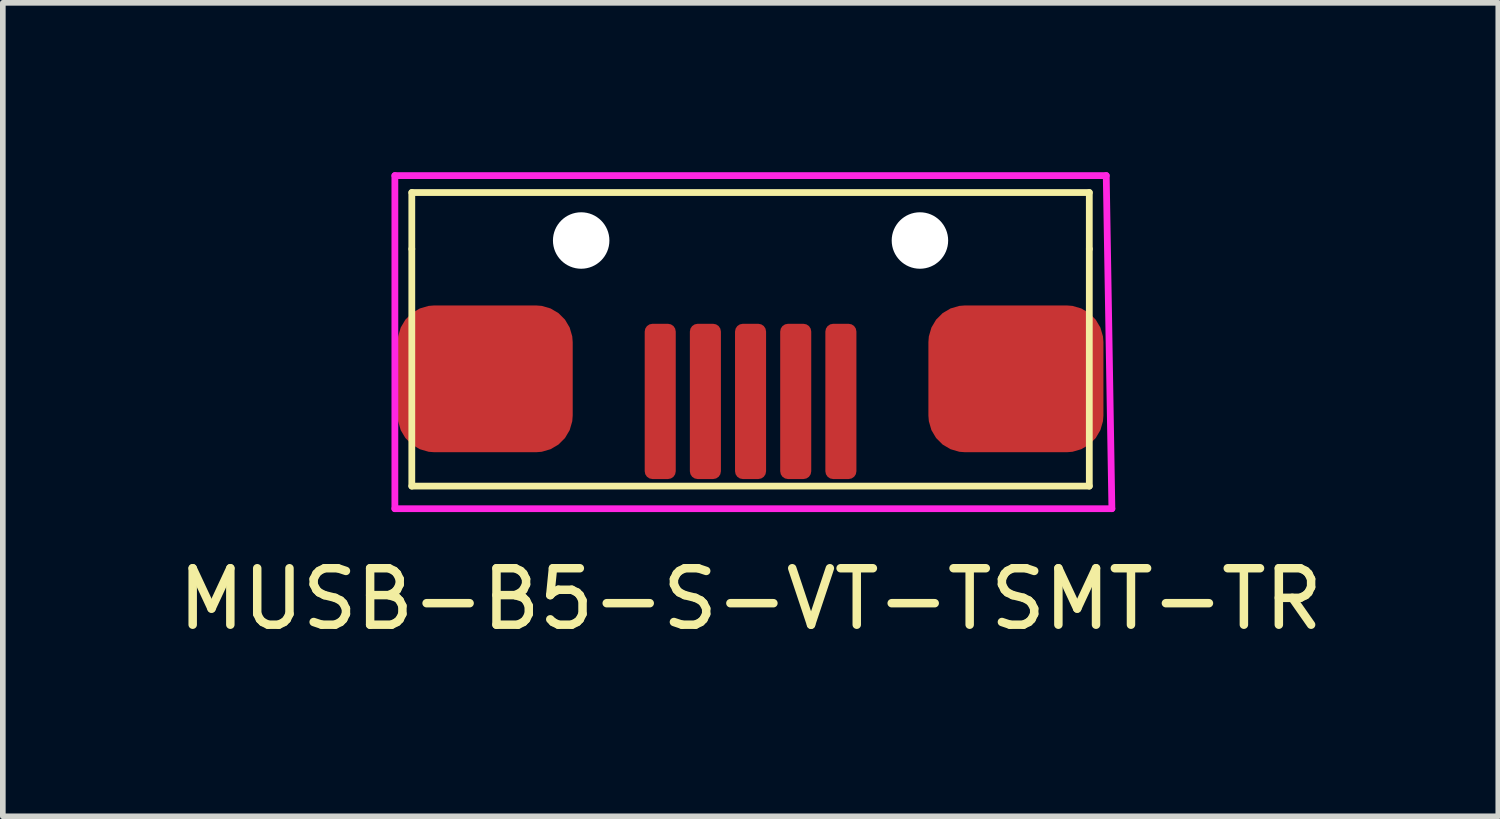
<source format=kicad_pcb>
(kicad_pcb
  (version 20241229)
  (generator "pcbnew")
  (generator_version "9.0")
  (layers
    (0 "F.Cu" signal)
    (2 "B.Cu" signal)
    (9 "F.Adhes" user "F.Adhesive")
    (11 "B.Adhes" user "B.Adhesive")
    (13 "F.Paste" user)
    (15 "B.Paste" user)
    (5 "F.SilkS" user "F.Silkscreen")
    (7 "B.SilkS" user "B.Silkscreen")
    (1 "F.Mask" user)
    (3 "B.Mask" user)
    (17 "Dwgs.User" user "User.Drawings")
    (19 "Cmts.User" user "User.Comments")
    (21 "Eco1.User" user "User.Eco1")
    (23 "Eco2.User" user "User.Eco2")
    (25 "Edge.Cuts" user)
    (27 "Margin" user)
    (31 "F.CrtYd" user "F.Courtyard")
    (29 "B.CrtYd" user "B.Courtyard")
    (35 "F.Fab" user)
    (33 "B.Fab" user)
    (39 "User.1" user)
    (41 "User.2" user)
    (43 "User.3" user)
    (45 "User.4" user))
  (footprint "MUSB-B5-S-VT-TSMT-TR"
    (layer "F.Cu")
    (at 10.244 4.06)
    (property "Reference" "MUSB-B5-S-VT-TSMT-TR" (at 0 3.5 180) (layer "F.SilkS") (effects (font (size 1 1) (thickness 0.15))))
    (attr through_hole)
    (fp_line (start -6 -3.7) (end -6 -2.7) (stroke (width 0.12) (type solid)) (layer "F.SilkS"))
    (fp_line (start -6 -2.7) (end -6 1.5) (stroke (width 0.12) (type solid)) (layer "F.SilkS"))
    (fp_line (start -6 1.5) (end 6 1.5) (stroke (width 0.12) (type solid)) (layer "F.SilkS"))
    (fp_line (start 6 -3.7) (end -6 -3.7) (stroke (width 0.12) (type solid)) (layer "F.SilkS"))
    (fp_line (start 6 -2.7) (end 6 -3.7) (stroke (width 0.12) (type solid)) (layer "F.SilkS"))
    (fp_line (start 6 1.5) (end 6 -2.7) (stroke (width 0.12) (type solid)) (layer "F.SilkS"))
    (fp_line (start -6.3 -4) (end 6.3 -4) (stroke (width 0.12) (type solid)) (layer "F.CrtYd"))
    (fp_line (start -6.3 1.9) (end -6.3 -4) (stroke (width 0.12) (type solid)) (layer "F.CrtYd"))
    (fp_line (start 6.3 -4) (end 6.4 1.9) (stroke (width 0.12) (type solid)) (layer "F.CrtYd"))
    (fp_line (start 6.4 1.9) (end -6.3 1.9) (stroke (width 0.12) (type solid)) (layer "F.CrtYd"))
    (pad "" np_thru_hole circle (at -3 -2.85) (size 1 1) (drill 1) (layers "*.Cu" "*.Mask"))
    (pad "" np_thru_hole circle (at 3 -2.85) (size 1 1) (drill 1) (layers "*.Cu" "*.Mask"))
    (pad "1" smd roundrect (at -1.6 0) (size 0.55 2.75) (layers "F.Cu" "F.Mask" "F.Paste") (roundrect_rratio 0.25))
    (pad "2" smd roundrect (at -0.8 0) (size 0.55 2.75) (layers "F.Cu" "F.Mask" "F.Paste") (roundrect_rratio 0.25))
    (pad "3" smd roundrect (at 0 0) (size 0.55 2.75) (layers "F.Cu" "F.Mask" "F.Paste") (roundrect_rratio 0.25))
    (pad "4" smd roundrect (at 0.8 0) (size 0.55 2.75) (layers "F.Cu" "F.Mask" "F.Paste") (roundrect_rratio 0.25))
    (pad "5" smd roundrect (at 1.6 0) (size 0.55 2.75) (layers "F.Cu" "F.Mask" "F.Paste") (roundrect_rratio 0.25))
    (pad "6" smd roundrect (at 4.7 -0.4) (size 3.1 2.6) (layers "F.Cu" "F.Mask" "F.Paste") (roundrect_rratio 0.25))
    (pad "7" smd roundrect (at -4.7 -0.4) (size 3.1 2.6) (layers "F.Cu" "F.Mask" "F.Paste") (roundrect_rratio 0.25)))
  (gr_rect
    (start -3 -3)
    (end 23.488 11.408)
    (stroke (width 0.1) (type default))
    (fill no)
    (layer "Edge.Cuts")))
</source>
